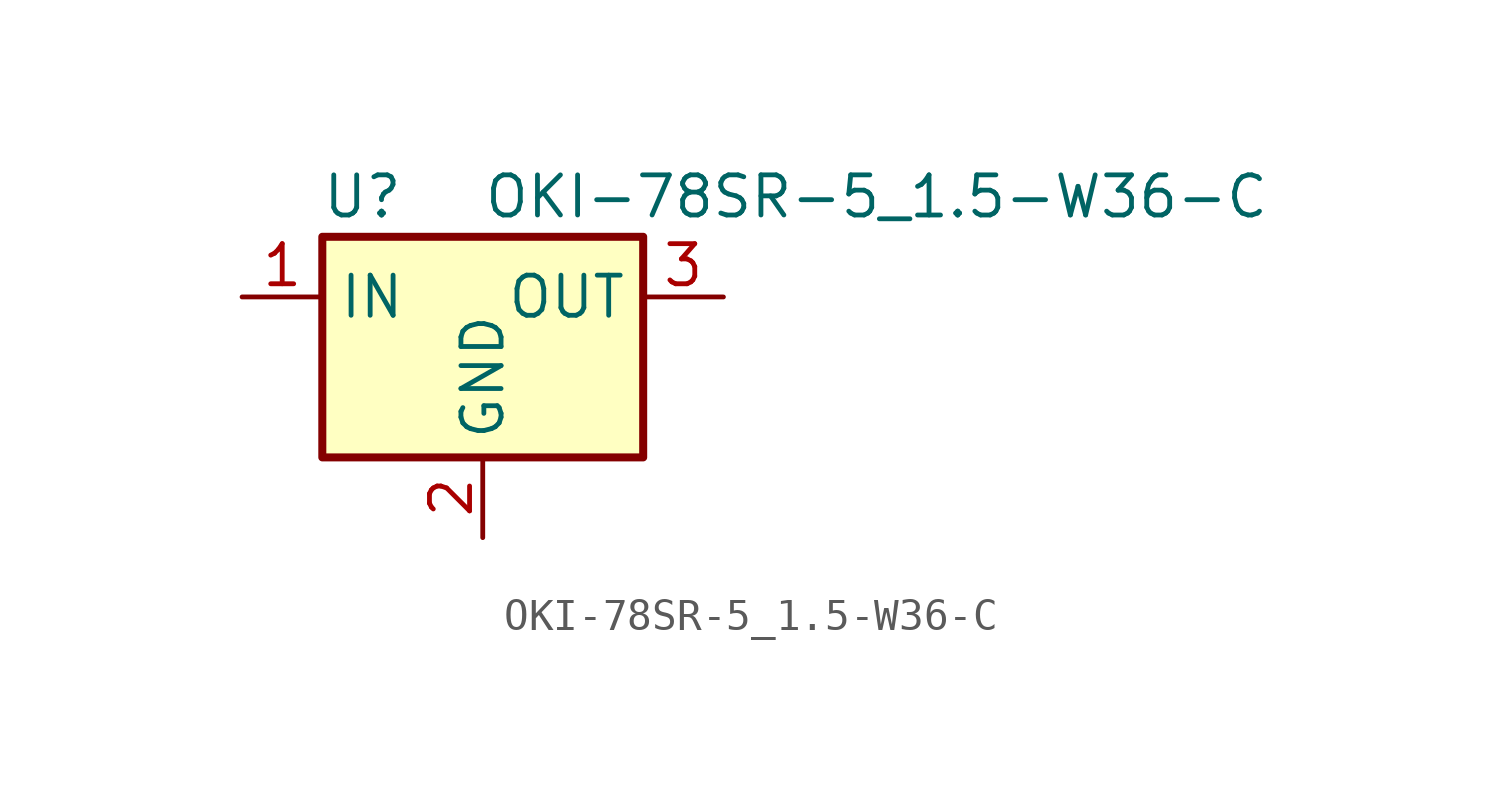
<source format=kicad_sym>
(kicad_symbol_lib
  (version 20211014)
  (generator kicad_symbol_editor)
  (symbol "OKI-78SR-5_1.5-W36-C"
    (property "Reference" "U"
      (at -3.81 3.175 0)
      (effects (font (size 1.27 1.27))))
    (property "Value" "OKI-78SR-5_1.5-W36-C"
      (at 0 3.175 0)
      (effects (font (size 1.27 1.27)) (justify left)))
    (symbol "OKI-78SR-5_1.5-W36-C_0_1"
      (rectangle (start -5.08 1.905) (end 5.08 -5.08) (stroke (width 0.254) (type default) (color 0 0 0 0)) (fill (type background))))
    (symbol "OKI-78SR-5_1.5-W36-C_1_1"
      (pin power_in line (at -7.62 0 0) (length 2.54) (name "IN" (effects (font (size 1.27 1.27)))) (number "1" (effects (font (size 1.27 1.27)))))
      (pin power_in line (at 0 -7.62 90) (length 2.54) (name "GND" (effects (font (size 1.27 1.27)))) (number "2" (effects (font (size 1.27 1.27)))))
      (pin power_out line (at 7.62 0 180) (length 2.54) (name "OUT" (effects (font (size 1.27 1.27)))) (number "3" (effects (font (size 1.27 1.27))))))))
</source>
